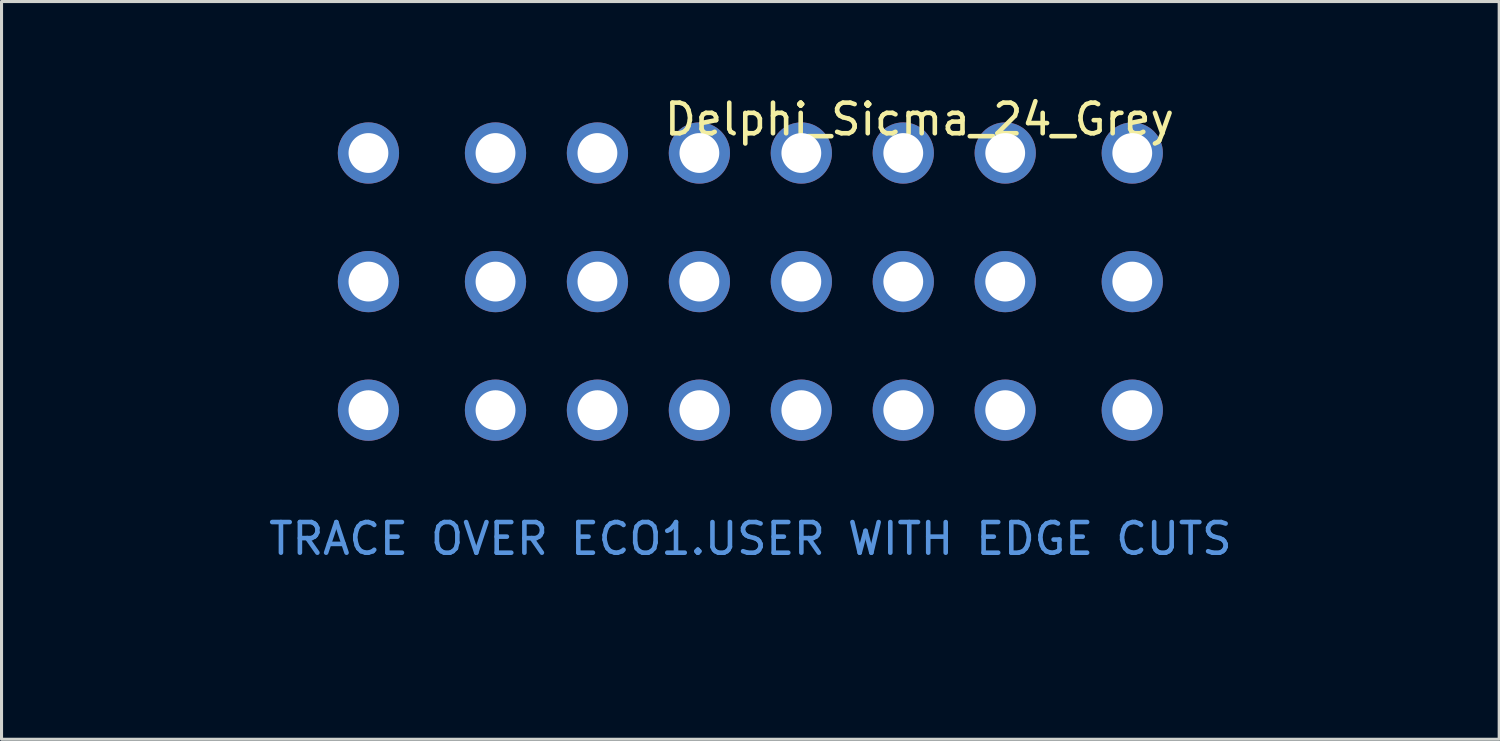
<source format=kicad_pcb>
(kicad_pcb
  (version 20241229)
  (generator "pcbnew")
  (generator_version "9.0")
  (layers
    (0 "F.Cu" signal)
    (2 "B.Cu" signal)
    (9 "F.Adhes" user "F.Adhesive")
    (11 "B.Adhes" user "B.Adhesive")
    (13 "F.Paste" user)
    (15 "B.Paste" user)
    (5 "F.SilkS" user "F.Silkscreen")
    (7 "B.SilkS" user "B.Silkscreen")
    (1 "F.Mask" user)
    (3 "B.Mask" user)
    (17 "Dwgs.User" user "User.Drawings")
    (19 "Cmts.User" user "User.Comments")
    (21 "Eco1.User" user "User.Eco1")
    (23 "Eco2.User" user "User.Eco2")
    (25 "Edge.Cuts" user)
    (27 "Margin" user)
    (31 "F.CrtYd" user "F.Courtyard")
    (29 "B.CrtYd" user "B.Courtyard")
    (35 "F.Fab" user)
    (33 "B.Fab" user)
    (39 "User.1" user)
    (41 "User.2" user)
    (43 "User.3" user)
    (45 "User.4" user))
  (footprint "Delphi_Sicma_24_Grey"
    (layer "F.Cu")
    (at 21.46 17.848)
    (property "Reference" "Delphi_Sicma_24_Grey" (at 5.525 -17 0) (layer "F.SilkS") (effects (font (size 1 1) (thickness 0.15))))
    (attr through_hole)
    (fp_line (start -21.4 -10.6) (end -21.4 -7.1) (stroke (width 0.12) (type solid)) (layer "Eco1.User"))
    (fp_line (start -21.4 -7.1) (end -19.2 -7.1) (stroke (width 0.12) (type solid)) (layer "Eco1.User"))
    (fp_line (start -19.2 -10.6) (end -21.4 -10.6) (stroke (width 0.12) (type solid)) (layer "Eco1.User"))
    (fp_line (start -19.2 -7.1) (end -19.2 -10.6) (stroke (width 0.12) (type solid)) (layer "Eco1.User"))
    (fp_line (start 15 -2.2) (end 17 -2.2) (stroke (width 0.12) (type solid)) (layer "Eco1.User"))
    (fp_line (start 15 0) (end -21.4 0) (stroke (width 0.12) (type solid)) (layer "Eco1.User"))
    (fp_line (start 15 0) (end 15 -2.2) (stroke (width 0.12) (type solid)) (layer "Eco1.User"))
    (fp_line (start 17 -2.2) (end 17 0) (stroke (width 0.12) (type solid)) (layer "Eco1.User"))
    (fp_line (start 19.2 -12.1) (end 19.2 -7.1) (stroke (width 0.12) (type solid)) (layer "Eco1.User"))
    (fp_line (start 19.2 -7.1) (end 21.4 -7.1) (stroke (width 0.12) (type solid)) (layer "Eco1.User"))
    (fp_line (start 21.4 -12.1) (end 19.2 -12.1) (stroke (width 0.12) (type solid)) (layer "Eco1.User"))
    (fp_line (start 21.4 -7.1) (end 21.4 -12.1) (stroke (width 0.12) (type solid)) (layer "Eco1.User"))
    (fp_line (start 21.4 0) (end 17 0) (stroke (width 0.12) (type solid)) (layer "Eco1.User"))
    (fp_text user "TRACE OVER ECO1.USER WITH EDGE CUTS" (at 0 -3.3 0) (layer "Cmts.User") (effects (font (size 1 1) (thickness 0.15))))
    (pad "A1" thru_hole circle (at 12.475 -15.9) (size 2 2) (drill 1.3) (layers "*.Cu" "*.Mask"))
    (pad "A2" thru_hole circle (at 8.325 -15.9) (size 2 2) (drill 1.3) (layers "*.Cu" "*.Mask"))
    (pad "A3" thru_hole circle (at 4.995 -15.9) (size 2 2) (drill 1.3) (layers "*.Cu" "*.Mask"))
    (pad "A4" thru_hole circle (at 1.665 -15.9) (size 2 2) (drill 1.3) (layers "*.Cu" "*.Mask"))
    (pad "A5" thru_hole circle (at -1.665 -15.9) (size 2 2) (drill 1.3) (layers "*.Cu" "*.Mask"))
    (pad "A6" thru_hole circle (at -4.995 -15.9) (size 2 2) (drill 1.3) (layers "*.Cu" "*.Mask"))
    (pad "A7" thru_hole circle (at -8.325 -15.9) (size 2 2) (drill 1.3) (layers "*.Cu" "*.Mask"))
    (pad "A8" thru_hole circle (at -12.475 -15.9) (size 2 2) (drill 1.3) (layers "*.Cu" "*.Mask"))
    (pad "B1" thru_hole circle (at 12.475 -11.7) (size 2 2) (drill 1.3) (layers "*.Cu" "*.Mask"))
    (pad "B2" thru_hole circle (at 8.325 -11.7) (size 2 2) (drill 1.3) (layers "*.Cu" "*.Mask"))
    (pad "B3" thru_hole circle (at 4.995 -11.7) (size 2 2) (drill 1.3) (layers "*.Cu" "*.Mask"))
    (pad "B4" thru_hole circle (at 1.665 -11.7) (size 2 2) (drill 1.3) (layers "*.Cu" "*.Mask"))
    (pad "B5" thru_hole circle (at -1.665 -11.7) (size 2 2) (drill 1.3) (layers "*.Cu" "*.Mask"))
    (pad "B6" thru_hole circle (at -4.995 -11.7) (size 2 2) (drill 1.3) (layers "*.Cu" "*.Mask"))
    (pad "B7" thru_hole circle (at -8.325 -11.7) (size 2 2) (drill 1.3) (layers "*.Cu" "*.Mask"))
    (pad "B8" thru_hole circle (at -12.475 -11.7) (size 2 2) (drill 1.3) (layers "*.Cu" "*.Mask"))
    (pad "C1" thru_hole circle (at 12.475 -7.5) (size 2 2) (drill 1.3) (layers "*.Cu" "*.Mask"))
    (pad "C2" thru_hole circle (at 8.325 -7.5) (size 2 2) (drill 1.3) (layers "*.Cu" "*.Mask"))
    (pad "C3" thru_hole circle (at 4.995 -7.5) (size 2 2) (drill 1.3) (layers "*.Cu" "*.Mask"))
    (pad "C4" thru_hole circle (at 1.665 -7.5) (size 2 2) (drill 1.3) (layers "*.Cu" "*.Mask"))
    (pad "C5" thru_hole circle (at -1.665 -7.5) (size 2 2) (drill 1.3) (layers "*.Cu" "*.Mask"))
    (pad "C6" thru_hole circle (at -4.995 -7.5) (size 2 2) (drill 1.3) (layers "*.Cu" "*.Mask"))
    (pad "C7" thru_hole circle (at -8.325 -7.5) (size 2 2) (drill 1.3) (layers "*.Cu" "*.Mask"))
    (pad "C8" thru_hole circle (at -12.475 -7.5) (size 2 2) (drill 1.3) (layers "*.Cu" "*.Mask")))
  (gr_rect
    (start -3 -3)
    (end 45.92 21.098)
    (stroke (width 0.1) (type default))
    (fill no)
    (layer "Edge.Cuts")))
</source>
